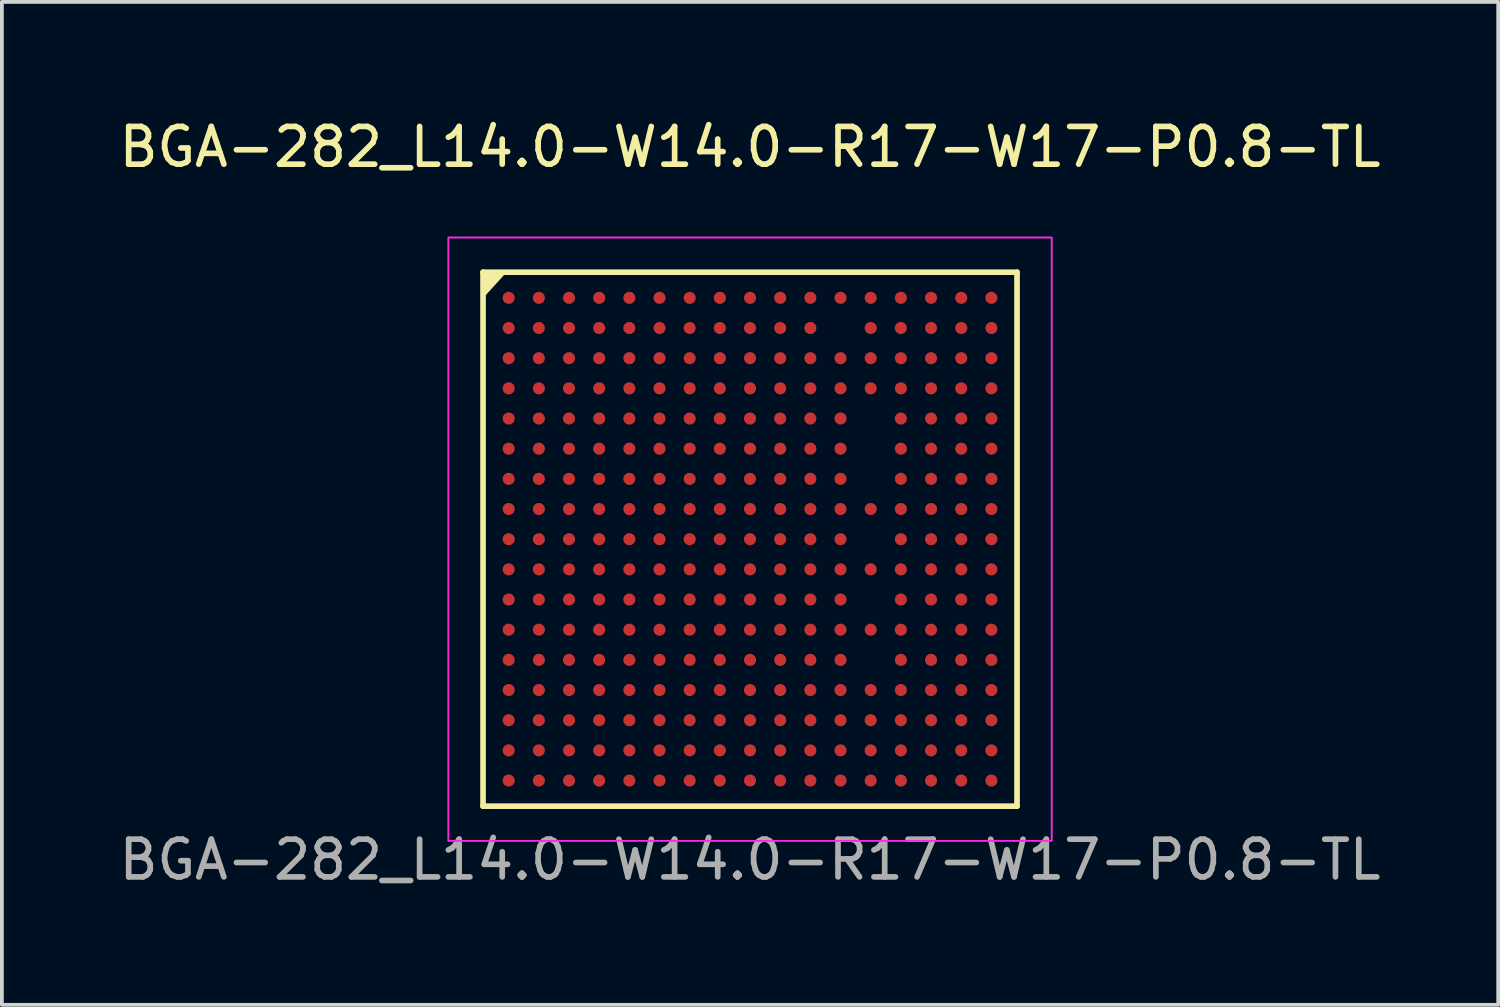
<source format=kicad_pcb>
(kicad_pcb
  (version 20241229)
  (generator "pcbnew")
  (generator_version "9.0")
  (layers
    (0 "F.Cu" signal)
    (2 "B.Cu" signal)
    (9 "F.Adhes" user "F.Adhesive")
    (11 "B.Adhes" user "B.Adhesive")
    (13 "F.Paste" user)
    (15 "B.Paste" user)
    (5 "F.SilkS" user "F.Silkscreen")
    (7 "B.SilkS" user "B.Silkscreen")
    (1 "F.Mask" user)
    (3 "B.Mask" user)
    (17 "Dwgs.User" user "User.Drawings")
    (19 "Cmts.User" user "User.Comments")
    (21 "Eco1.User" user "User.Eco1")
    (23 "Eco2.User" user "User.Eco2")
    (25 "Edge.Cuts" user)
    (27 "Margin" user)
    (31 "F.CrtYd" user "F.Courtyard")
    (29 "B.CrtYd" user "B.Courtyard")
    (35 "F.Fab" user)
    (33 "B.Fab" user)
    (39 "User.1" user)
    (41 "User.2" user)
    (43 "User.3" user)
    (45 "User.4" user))
  (footprint "BGA-282_L14.0-W14.0-R17-W17-P0.8-TL"
    (layer "F.Cu")
    (at 16.839 11.248)
    (property "Reference" "BGA-282_L14.0-W14.0-R17-W17-P0.8-TL" (at 0 -10.4 0) (layer "F.SilkS") (effects (font (size 1 1) (thickness 0.15))))
    (attr smd)
    (fp_line (start -7.08 -7.08) (end 7.08 -7.08) (stroke (width 0.15) (type solid)) (layer "F.SilkS"))
    (fp_line (start -7.08 7.08) (end -7.08 -7.08) (stroke (width 0.15) (type solid)) (layer "F.SilkS"))
    (fp_line (start 7.08 -7.08) (end 7.08 7.08) (stroke (width 0.15) (type solid)) (layer "F.SilkS"))
    (fp_line (start 7.08 7.08) (end -7.08 7.08) (stroke (width 0.15) (type solid)) (layer "F.SilkS"))
    (fp_poly (pts (xy -7.05 -7.05) (xy -6.55 -7.05) (xy -7.05 -6.5)) (stroke (width 0.1) (type solid)) (fill yes) (layer "F.SilkS"))
    (fp_rect (start -8 -8) (end 8 8) (stroke (width 0.05) (type default)) (fill no) (layer "F.CrtYd"))
    (fp_text user "${REFERENCE}" (at 0 8.5 0) (layer "F.Fab") (effects (font (size 1 1) (thickness 0.15))))
    (pad "A1" smd circle (at -6.4 -6.4) (size 0.32 0.32) (layers "F.Cu" "F.Mask" "F.Paste"))
    (pad "A2" smd circle (at -5.6 -6.4) (size 0.32 0.32) (layers "F.Cu" "F.Mask" "F.Paste"))
    (pad "A3" smd circle (at -4.8 -6.4) (size 0.32 0.32) (layers "F.Cu" "F.Mask" "F.Paste"))
    (pad "A4" smd circle (at -4 -6.4) (size 0.32 0.32) (layers "F.Cu" "F.Mask" "F.Paste"))
    (pad "A5" smd circle (at -3.2 -6.4) (size 0.32 0.32) (layers "F.Cu" "F.Mask" "F.Paste"))
    (pad "A6" smd circle (at -2.4 -6.4) (size 0.32 0.32) (layers "F.Cu" "F.Mask" "F.Paste"))
    (pad "A7" smd circle (at -1.6 -6.4) (size 0.32 0.32) (layers "F.Cu" "F.Mask" "F.Paste"))
    (pad "A8" smd circle (at -0.8 -6.4) (size 0.32 0.32) (layers "F.Cu" "F.Mask" "F.Paste"))
    (pad "A9" smd circle (at 0 -6.4) (size 0.32 0.32) (layers "F.Cu" "F.Mask" "F.Paste"))
    (pad "A10" smd circle (at 0.8 -6.4) (size 0.32 0.32) (layers "F.Cu" "F.Mask" "F.Paste"))
    (pad "A11" smd circle (at 1.6 -6.4) (size 0.32 0.32) (layers "F.Cu" "F.Mask" "F.Paste"))
    (pad "A12" smd circle (at 2.4 -6.4) (size 0.32 0.32) (layers "F.Cu" "F.Mask" "F.Paste"))
    (pad "A13" smd circle (at 3.2 -6.4) (size 0.32 0.32) (layers "F.Cu" "F.Mask" "F.Paste"))
    (pad "A14" smd circle (at 4 -6.4) (size 0.32 0.32) (layers "F.Cu" "F.Mask" "F.Paste"))
    (pad "A15" smd circle (at 4.8 -6.4) (size 0.32 0.32) (layers "F.Cu" "F.Mask" "F.Paste"))
    (pad "A16" smd circle (at 5.6 -6.4) (size 0.32 0.32) (layers "F.Cu" "F.Mask" "F.Paste"))
    (pad "A17" smd circle (at 6.4 -6.4) (size 0.32 0.32) (layers "F.Cu" "F.Mask" "F.Paste"))
    (pad "B1" smd circle (at -6.4 -5.6) (size 0.32 0.32) (layers "F.Cu" "F.Mask" "F.Paste"))
    (pad "B2" smd circle (at -5.6 -5.6) (size 0.32 0.32) (layers "F.Cu" "F.Mask" "F.Paste"))
    (pad "B3" smd circle (at -4.8 -5.6) (size 0.32 0.32) (layers "F.Cu" "F.Mask" "F.Paste"))
    (pad "B4" smd circle (at -4 -5.6) (size 0.32 0.32) (layers "F.Cu" "F.Mask" "F.Paste"))
    (pad "B5" smd circle (at -3.2 -5.6) (size 0.32 0.32) (layers "F.Cu" "F.Mask" "F.Paste"))
    (pad "B6" smd circle (at -2.4 -5.6) (size 0.32 0.32) (layers "F.Cu" "F.Mask" "F.Paste"))
    (pad "B7" smd circle (at -1.6 -5.6) (size 0.32 0.32) (layers "F.Cu" "F.Mask" "F.Paste"))
    (pad "B8" smd circle (at -0.8 -5.6) (size 0.32 0.32) (layers "F.Cu" "F.Mask" "F.Paste"))
    (pad "B9" smd circle (at 0 -5.6) (size 0.32 0.32) (layers "F.Cu" "F.Mask" "F.Paste"))
    (pad "B10" smd circle (at 0.8 -5.6) (size 0.32 0.32) (layers "F.Cu" "F.Mask" "F.Paste"))
    (pad "B11" smd circle (at 1.6 -5.6) (size 0.32 0.32) (layers "F.Cu" "F.Mask" "F.Paste"))
    (pad "B13" smd circle (at 3.2 -5.6) (size 0.32 0.32) (layers "F.Cu" "F.Mask" "F.Paste"))
    (pad "B14" smd circle (at 4 -5.6) (size 0.32 0.32) (layers "F.Cu" "F.Mask" "F.Paste"))
    (pad "B15" smd circle (at 4.8 -5.6) (size 0.32 0.32) (layers "F.Cu" "F.Mask" "F.Paste"))
    (pad "B16" smd circle (at 5.6 -5.6) (size 0.32 0.32) (layers "F.Cu" "F.Mask" "F.Paste"))
    (pad "B17" smd circle (at 6.4 -5.6) (size 0.32 0.32) (layers "F.Cu" "F.Mask" "F.Paste"))
    (pad "C1" smd circle (at -6.4 -4.8) (size 0.32 0.32) (layers "F.Cu" "F.Mask" "F.Paste"))
    (pad "C2" smd circle (at -5.6 -4.8) (size 0.32 0.32) (layers "F.Cu" "F.Mask" "F.Paste"))
    (pad "C3" smd circle (at -4.8 -4.8) (size 0.32 0.32) (layers "F.Cu" "F.Mask" "F.Paste"))
    (pad "C4" smd circle (at -4 -4.8) (size 0.32 0.32) (layers "F.Cu" "F.Mask" "F.Paste"))
    (pad "C5" smd circle (at -3.2 -4.8) (size 0.32 0.32) (layers "F.Cu" "F.Mask" "F.Paste"))
    (pad "C6" smd circle (at -2.4 -4.8) (size 0.32 0.32) (layers "F.Cu" "F.Mask" "F.Paste"))
    (pad "C7" smd circle (at -1.6 -4.8) (size 0.32 0.32) (layers "F.Cu" "F.Mask" "F.Paste"))
    (pad "C8" smd circle (at -0.8 -4.8) (size 0.32 0.32) (layers "F.Cu" "F.Mask" "F.Paste"))
    (pad "C9" smd circle (at 0 -4.8) (size 0.32 0.32) (layers "F.Cu" "F.Mask" "F.Paste"))
    (pad "C10" smd circle (at 0.8 -4.8) (size 0.32 0.32) (layers "F.Cu" "F.Mask" "F.Paste"))
    (pad "C11" smd circle (at 1.6 -4.8) (size 0.32 0.32) (layers "F.Cu" "F.Mask" "F.Paste"))
    (pad "C12" smd circle (at 2.4 -4.8) (size 0.32 0.32) (layers "F.Cu" "F.Mask" "F.Paste"))
    (pad "C13" smd circle (at 3.2 -4.8) (size 0.32 0.32) (layers "F.Cu" "F.Mask" "F.Paste"))
    (pad "C14" smd circle (at 4 -4.8) (size 0.32 0.32) (layers "F.Cu" "F.Mask" "F.Paste"))
    (pad "C15" smd circle (at 4.8 -4.8) (size 0.32 0.32) (layers "F.Cu" "F.Mask" "F.Paste"))
    (pad "C16" smd circle (at 5.6 -4.8) (size 0.32 0.32) (layers "F.Cu" "F.Mask" "F.Paste"))
    (pad "C17" smd circle (at 6.4 -4.8) (size 0.32 0.32) (layers "F.Cu" "F.Mask" "F.Paste"))
    (pad "D1" smd circle (at -6.4 -4) (size 0.32 0.32) (layers "F.Cu" "F.Mask" "F.Paste"))
    (pad "D2" smd circle (at -5.6 -4) (size 0.32 0.32) (layers "F.Cu" "F.Mask" "F.Paste"))
    (pad "D3" smd circle (at -4.8 -4) (size 0.32 0.32) (layers "F.Cu" "F.Mask" "F.Paste"))
    (pad "D4" smd circle (at -4 -4) (size 0.32 0.32) (layers "F.Cu" "F.Mask" "F.Paste"))
    (pad "D5" smd circle (at -3.2 -4) (size 0.32 0.32) (layers "F.Cu" "F.Mask" "F.Paste"))
    (pad "D6" smd circle (at -2.4 -4) (size 0.32 0.32) (layers "F.Cu" "F.Mask" "F.Paste"))
    (pad "D7" smd circle (at -1.6 -4) (size 0.32 0.32) (layers "F.Cu" "F.Mask" "F.Paste"))
    (pad "D8" smd circle (at -0.8 -4) (size 0.32 0.32) (layers "F.Cu" "F.Mask" "F.Paste"))
    (pad "D9" smd circle (at 0 -4) (size 0.32 0.32) (layers "F.Cu" "F.Mask" "F.Paste"))
    (pad "D10" smd circle (at 0.8 -4) (size 0.32 0.32) (layers "F.Cu" "F.Mask" "F.Paste"))
    (pad "D11" smd circle (at 1.6 -4) (size 0.32 0.32) (layers "F.Cu" "F.Mask" "F.Paste"))
    (pad "D12" smd circle (at 2.4 -4) (size 0.32 0.32) (layers "F.Cu" "F.Mask" "F.Paste"))
    (pad "D13" smd circle (at 3.2 -4) (size 0.32 0.32) (layers "F.Cu" "F.Mask" "F.Paste"))
    (pad "D14" smd circle (at 4 -4) (size 0.32 0.32) (layers "F.Cu" "F.Mask" "F.Paste"))
    (pad "D15" smd circle (at 4.8 -4) (size 0.32 0.32) (layers "F.Cu" "F.Mask" "F.Paste"))
    (pad "D16" smd circle (at 5.6 -4) (size 0.32 0.32) (layers "F.Cu" "F.Mask" "F.Paste"))
    (pad "D17" smd circle (at 6.4 -4) (size 0.32 0.32) (layers "F.Cu" "F.Mask" "F.Paste"))
    (pad "E1" smd circle (at -6.4 -3.2) (size 0.32 0.32) (layers "F.Cu" "F.Mask" "F.Paste"))
    (pad "E2" smd circle (at -5.6 -3.2) (size 0.32 0.32) (layers "F.Cu" "F.Mask" "F.Paste"))
    (pad "E3" smd circle (at -4.8 -3.2) (size 0.32 0.32) (layers "F.Cu" "F.Mask" "F.Paste"))
    (pad "E4" smd circle (at -4 -3.2) (size 0.32 0.32) (layers "F.Cu" "F.Mask" "F.Paste"))
    (pad "E5" smd circle (at -3.2 -3.2) (size 0.32 0.32) (layers "F.Cu" "F.Mask" "F.Paste"))
    (pad "E6" smd circle (at -2.4 -3.2) (size 0.32 0.32) (layers "F.Cu" "F.Mask" "F.Paste"))
    (pad "E7" smd circle (at -1.6 -3.2) (size 0.32 0.32) (layers "F.Cu" "F.Mask" "F.Paste"))
    (pad "E8" smd circle (at -0.8 -3.2) (size 0.32 0.32) (layers "F.Cu" "F.Mask" "F.Paste"))
    (pad "E9" smd circle (at 0 -3.2) (size 0.32 0.32) (layers "F.Cu" "F.Mask" "F.Paste"))
    (pad "E10" smd circle (at 0.8 -3.2) (size 0.32 0.32) (layers "F.Cu" "F.Mask" "F.Paste"))
    (pad "E11" smd circle (at 1.6 -3.2) (size 0.32 0.32) (layers "F.Cu" "F.Mask" "F.Paste"))
    (pad "E12" smd circle (at 2.4 -3.2) (size 0.32 0.32) (layers "F.Cu" "F.Mask" "F.Paste"))
    (pad "E14" smd circle (at 4 -3.2) (size 0.32 0.32) (layers "F.Cu" "F.Mask" "F.Paste"))
    (pad "E15" smd circle (at 4.8 -3.2) (size 0.32 0.32) (layers "F.Cu" "F.Mask" "F.Paste"))
    (pad "E16" smd circle (at 5.6 -3.2) (size 0.32 0.32) (layers "F.Cu" "F.Mask" "F.Paste"))
    (pad "E17" smd circle (at 6.4 -3.2) (size 0.32 0.32) (layers "F.Cu" "F.Mask" "F.Paste"))
    (pad "F1" smd circle (at -6.4 -2.4) (size 0.32 0.32) (layers "F.Cu" "F.Mask" "F.Paste"))
    (pad "F2" smd circle (at -5.6 -2.4) (size 0.32 0.32) (layers "F.Cu" "F.Mask" "F.Paste"))
    (pad "F3" smd circle (at -4.8 -2.4) (size 0.32 0.32) (layers "F.Cu" "F.Mask" "F.Paste"))
    (pad "F4" smd circle (at -4 -2.4) (size 0.32 0.32) (layers "F.Cu" "F.Mask" "F.Paste"))
    (pad "F5" smd circle (at -3.2 -2.4) (size 0.32 0.32) (layers "F.Cu" "F.Mask" "F.Paste"))
    (pad "F6" smd circle (at -2.4 -2.4) (size 0.32 0.32) (layers "F.Cu" "F.Mask" "F.Paste"))
    (pad "F7" smd circle (at -1.6 -2.4) (size 0.32 0.32) (layers "F.Cu" "F.Mask" "F.Paste"))
    (pad "F8" smd circle (at -0.8 -2.4) (size 0.32 0.32) (layers "F.Cu" "F.Mask" "F.Paste"))
    (pad "F9" smd circle (at 0 -2.4) (size 0.32 0.32) (layers "F.Cu" "F.Mask" "F.Paste"))
    (pad "F10" smd circle (at 0.8 -2.4) (size 0.32 0.32) (layers "F.Cu" "F.Mask" "F.Paste"))
    (pad "F11" smd circle (at 1.6 -2.4) (size 0.32 0.32) (layers "F.Cu" "F.Mask" "F.Paste"))
    (pad "F12" smd circle (at 2.4 -2.4) (size 0.32 0.32) (layers "F.Cu" "F.Mask" "F.Paste"))
    (pad "F14" smd circle (at 4 -2.4) (size 0.32 0.32) (layers "F.Cu" "F.Mask" "F.Paste"))
    (pad "F15" smd circle (at 4.8 -2.4) (size 0.32 0.32) (layers "F.Cu" "F.Mask" "F.Paste"))
    (pad "F16" smd circle (at 5.6 -2.4) (size 0.32 0.32) (layers "F.Cu" "F.Mask" "F.Paste"))
    (pad "F17" smd circle (at 6.4 -2.4) (size 0.32 0.32) (layers "F.Cu" "F.Mask" "F.Paste"))
    (pad "G1" smd circle (at -6.4 -1.6) (size 0.32 0.32) (layers "F.Cu" "F.Mask" "F.Paste"))
    (pad "G2" smd circle (at -5.6 -1.6) (size 0.32 0.32) (layers "F.Cu" "F.Mask" "F.Paste"))
    (pad "G3" smd circle (at -4.8 -1.6) (size 0.32 0.32) (layers "F.Cu" "F.Mask" "F.Paste"))
    (pad "G4" smd circle (at -4 -1.6) (size 0.32 0.32) (layers "F.Cu" "F.Mask" "F.Paste"))
    (pad "G5" smd circle (at -3.2 -1.6) (size 0.32 0.32) (layers "F.Cu" "F.Mask" "F.Paste"))
    (pad "G6" smd circle (at -2.4 -1.6) (size 0.32 0.32) (layers "F.Cu" "F.Mask" "F.Paste"))
    (pad "G7" smd circle (at -1.6 -1.6) (size 0.32 0.32) (layers "F.Cu" "F.Mask" "F.Paste"))
    (pad "G8" smd circle (at -0.8 -1.6) (size 0.32 0.32) (layers "F.Cu" "F.Mask" "F.Paste"))
    (pad "G9" smd circle (at 0 -1.6) (size 0.32 0.32) (layers "F.Cu" "F.Mask" "F.Paste"))
    (pad "G10" smd circle (at 0.8 -1.6) (size 0.32 0.32) (layers "F.Cu" "F.Mask" "F.Paste"))
    (pad "G11" smd circle (at 1.6 -1.6) (size 0.32 0.32) (layers "F.Cu" "F.Mask" "F.Paste"))
    (pad "G12" smd circle (at 2.4 -1.6) (size 0.32 0.32) (layers "F.Cu" "F.Mask" "F.Paste"))
    (pad "G14" smd circle (at 4 -1.6) (size 0.32 0.32) (layers "F.Cu" "F.Mask" "F.Paste"))
    (pad "G15" smd circle (at 4.8 -1.6) (size 0.32 0.32) (layers "F.Cu" "F.Mask" "F.Paste"))
    (pad "G16" smd circle (at 5.6 -1.6) (size 0.32 0.32) (layers "F.Cu" "F.Mask" "F.Paste"))
    (pad "G17" smd circle (at 6.4 -1.6) (size 0.32 0.32) (layers "F.Cu" "F.Mask" "F.Paste"))
    (pad "H1" smd circle (at -6.4 -0.8) (size 0.32 0.32) (layers "F.Cu" "F.Mask" "F.Paste"))
    (pad "H2" smd circle (at -5.6 -0.8) (size 0.32 0.32) (layers "F.Cu" "F.Mask" "F.Paste"))
    (pad "H3" smd circle (at -4.8 -0.8) (size 0.32 0.32) (layers "F.Cu" "F.Mask" "F.Paste"))
    (pad "H4" smd circle (at -4 -0.8) (size 0.32 0.32) (layers "F.Cu" "F.Mask" "F.Paste"))
    (pad "H5" smd circle (at -3.2 -0.8) (size 0.32 0.32) (layers "F.Cu" "F.Mask" "F.Paste"))
    (pad "H6" smd circle (at -2.4 -0.8) (size 0.32 0.32) (layers "F.Cu" "F.Mask" "F.Paste"))
    (pad "H7" smd circle (at -1.6 -0.8) (size 0.32 0.32) (layers "F.Cu" "F.Mask" "F.Paste"))
    (pad "H8" smd circle (at -0.8 -0.8) (size 0.32 0.32) (layers "F.Cu" "F.Mask" "F.Paste"))
    (pad "H9" smd circle (at 0 -0.8) (size 0.32 0.32) (layers "F.Cu" "F.Mask" "F.Paste"))
    (pad "H10" smd circle (at 0.8 -0.8) (size 0.32 0.32) (layers "F.Cu" "F.Mask" "F.Paste"))
    (pad "H11" smd circle (at 1.6 -0.8) (size 0.32 0.32) (layers "F.Cu" "F.Mask" "F.Paste"))
    (pad "H12" smd circle (at 2.4 -0.8) (size 0.32 0.32) (layers "F.Cu" "F.Mask" "F.Paste"))
    (pad "H13" smd circle (at 3.2 -0.8) (size 0.32 0.32) (layers "F.Cu" "F.Mask" "F.Paste"))
    (pad "H14" smd circle (at 4 -0.8) (size 0.32 0.32) (layers "F.Cu" "F.Mask" "F.Paste"))
    (pad "H15" smd circle (at 4.8 -0.8) (size 0.32 0.32) (layers "F.Cu" "F.Mask" "F.Paste"))
    (pad "H16" smd circle (at 5.6 -0.8) (size 0.32 0.32) (layers "F.Cu" "F.Mask" "F.Paste"))
    (pad "H17" smd circle (at 6.4 -0.8) (size 0.32 0.32) (layers "F.Cu" "F.Mask" "F.Paste"))
    (pad "J1" smd circle (at -6.4 0) (size 0.32 0.32) (layers "F.Cu" "F.Mask" "F.Paste"))
    (pad "J2" smd circle (at -5.6 0) (size 0.32 0.32) (layers "F.Cu" "F.Mask" "F.Paste"))
    (pad "J3" smd circle (at -4.8 0) (size 0.32 0.32) (layers "F.Cu" "F.Mask" "F.Paste"))
    (pad "J4" smd circle (at -4 0) (size 0.32 0.32) (layers "F.Cu" "F.Mask" "F.Paste"))
    (pad "J5" smd circle (at -3.2 0) (size 0.32 0.32) (layers "F.Cu" "F.Mask" "F.Paste"))
    (pad "J6" smd circle (at -2.4 0) (size 0.32 0.32) (layers "F.Cu" "F.Mask" "F.Paste"))
    (pad "J7" smd circle (at -1.6 0) (size 0.32 0.32) (layers "F.Cu" "F.Mask" "F.Paste"))
    (pad "J8" smd circle (at -0.8 0) (size 0.32 0.32) (layers "F.Cu" "F.Mask" "F.Paste"))
    (pad "J9" smd circle (at 0 0) (size 0.32 0.32) (layers "F.Cu" "F.Mask" "F.Paste"))
    (pad "J10" smd circle (at 0.8 0) (size 0.32 0.32) (layers "F.Cu" "F.Mask" "F.Paste"))
    (pad "J11" smd circle (at 1.6 0) (size 0.32 0.32) (layers "F.Cu" "F.Mask" "F.Paste"))
    (pad "J12" smd circle (at 2.4 0) (size 0.32 0.32) (layers "F.Cu" "F.Mask" "F.Paste"))
    (pad "J14" smd circle (at 4 0) (size 0.32 0.32) (layers "F.Cu" "F.Mask" "F.Paste"))
    (pad "J15" smd circle (at 4.8 0) (size 0.32 0.32) (layers "F.Cu" "F.Mask" "F.Paste"))
    (pad "J16" smd circle (at 5.6 0) (size 0.32 0.32) (layers "F.Cu" "F.Mask" "F.Paste"))
    (pad "J17" smd circle (at 6.4 0) (size 0.32 0.32) (layers "F.Cu" "F.Mask" "F.Paste"))
    (pad "K1" smd circle (at -6.4 0.8) (size 0.32 0.32) (layers "F.Cu" "F.Mask" "F.Paste"))
    (pad "K2" smd circle (at -5.6 0.8) (size 0.32 0.32) (layers "F.Cu" "F.Mask" "F.Paste"))
    (pad "K3" smd circle (at -4.8 0.8) (size 0.32 0.32) (layers "F.Cu" "F.Mask" "F.Paste"))
    (pad "K4" smd circle (at -4 0.8) (size 0.32 0.32) (layers "F.Cu" "F.Mask" "F.Paste"))
    (pad "K5" smd circle (at -3.2 0.8) (size 0.32 0.32) (layers "F.Cu" "F.Mask" "F.Paste"))
    (pad "K6" smd circle (at -2.4 0.8) (size 0.32 0.32) (layers "F.Cu" "F.Mask" "F.Paste"))
    (pad "K7" smd circle (at -1.6 0.8) (size 0.32 0.32) (layers "F.Cu" "F.Mask" "F.Paste"))
    (pad "K8" smd circle (at -0.8 0.8) (size 0.32 0.32) (layers "F.Cu" "F.Mask" "F.Paste"))
    (pad "K9" smd circle (at 0 0.8) (size 0.32 0.32) (layers "F.Cu" "F.Mask" "F.Paste"))
    (pad "K10" smd circle (at 0.8 0.8) (size 0.32 0.32) (layers "F.Cu" "F.Mask" "F.Paste"))
    (pad "K11" smd circle (at 1.6 0.8) (size 0.32 0.32) (layers "F.Cu" "F.Mask" "F.Paste"))
    (pad "K12" smd circle (at 2.4 0.8) (size 0.32 0.32) (layers "F.Cu" "F.Mask" "F.Paste"))
    (pad "K13" smd circle (at 3.2 0.8) (size 0.32 0.32) (layers "F.Cu" "F.Mask" "F.Paste"))
    (pad "K14" smd circle (at 4 0.8) (size 0.32 0.32) (layers "F.Cu" "F.Mask" "F.Paste"))
    (pad "K15" smd circle (at 4.8 0.8) (size 0.32 0.32) (layers "F.Cu" "F.Mask" "F.Paste"))
    (pad "K16" smd circle (at 5.6 0.8) (size 0.32 0.32) (layers "F.Cu" "F.Mask" "F.Paste"))
    (pad "K17" smd circle (at 6.4 0.8) (size 0.32 0.32) (layers "F.Cu" "F.Mask" "F.Paste"))
    (pad "L1" smd circle (at -6.4 1.6) (size 0.32 0.32) (layers "F.Cu" "F.Mask" "F.Paste"))
    (pad "L2" smd circle (at -5.6 1.6) (size 0.32 0.32) (layers "F.Cu" "F.Mask" "F.Paste"))
    (pad "L3" smd circle (at -4.8 1.6) (size 0.32 0.32) (layers "F.Cu" "F.Mask" "F.Paste"))
    (pad "L4" smd circle (at -4 1.6) (size 0.32 0.32) (layers "F.Cu" "F.Mask" "F.Paste"))
    (pad "L5" smd circle (at -3.2 1.6) (size 0.32 0.32) (layers "F.Cu" "F.Mask" "F.Paste"))
    (pad "L6" smd circle (at -2.4 1.6) (size 0.32 0.32) (layers "F.Cu" "F.Mask" "F.Paste"))
    (pad "L7" smd circle (at -1.6 1.6) (size 0.32 0.32) (layers "F.Cu" "F.Mask" "F.Paste"))
    (pad "L8" smd circle (at -0.8 1.6) (size 0.32 0.32) (layers "F.Cu" "F.Mask" "F.Paste"))
    (pad "L9" smd circle (at 0 1.6) (size 0.32 0.32) (layers "F.Cu" "F.Mask" "F.Paste"))
    (pad "L10" smd circle (at 0.8 1.6) (size 0.32 0.32) (layers "F.Cu" "F.Mask" "F.Paste"))
    (pad "L11" smd circle (at 1.6 1.6) (size 0.32 0.32) (layers "F.Cu" "F.Mask" "F.Paste"))
    (pad "L12" smd circle (at 2.4 1.6) (size 0.32 0.32) (layers "F.Cu" "F.Mask" "F.Paste"))
    (pad "L14" smd circle (at 4 1.6) (size 0.32 0.32) (layers "F.Cu" "F.Mask" "F.Paste"))
    (pad "L15" smd circle (at 4.8 1.6) (size 0.32 0.32) (layers "F.Cu" "F.Mask" "F.Paste"))
    (pad "L16" smd circle (at 5.6 1.6) (size 0.32 0.32) (layers "F.Cu" "F.Mask" "F.Paste"))
    (pad "L17" smd circle (at 6.4 1.6) (size 0.32 0.32) (layers "F.Cu" "F.Mask" "F.Paste"))
    (pad "M1" smd circle (at -6.4 2.4) (size 0.32 0.32) (layers "F.Cu" "F.Mask" "F.Paste"))
    (pad "M2" smd circle (at -5.6 2.4) (size 0.32 0.32) (layers "F.Cu" "F.Mask" "F.Paste"))
    (pad "M3" smd circle (at -4.8 2.4) (size 0.32 0.32) (layers "F.Cu" "F.Mask" "F.Paste"))
    (pad "M4" smd circle (at -4 2.4) (size 0.32 0.32) (layers "F.Cu" "F.Mask" "F.Paste"))
    (pad "M5" smd circle (at -3.2 2.4) (size 0.32 0.32) (layers "F.Cu" "F.Mask" "F.Paste"))
    (pad "M6" smd circle (at -2.4 2.4) (size 0.32 0.32) (layers "F.Cu" "F.Mask" "F.Paste"))
    (pad "M7" smd circle (at -1.6 2.4) (size 0.32 0.32) (layers "F.Cu" "F.Mask" "F.Paste"))
    (pad "M8" smd circle (at -0.8 2.4) (size 0.32 0.32) (layers "F.Cu" "F.Mask" "F.Paste"))
    (pad "M9" smd circle (at 0 2.4) (size 0.32 0.32) (layers "F.Cu" "F.Mask" "F.Paste"))
    (pad "M10" smd circle (at 0.8 2.4) (size 0.32 0.32) (layers "F.Cu" "F.Mask" "F.Paste"))
    (pad "M11" smd circle (at 1.6 2.4) (size 0.32 0.32) (layers "F.Cu" "F.Mask" "F.Paste"))
    (pad "M12" smd circle (at 2.4 2.4) (size 0.32 0.32) (layers "F.Cu" "F.Mask" "F.Paste"))
    (pad "M13" smd circle (at 3.2 2.4) (size 0.32 0.32) (layers "F.Cu" "F.Mask" "F.Paste"))
    (pad "M14" smd circle (at 4 2.4) (size 0.32 0.32) (layers "F.Cu" "F.Mask" "F.Paste"))
    (pad "M15" smd circle (at 4.8 2.4) (size 0.32 0.32) (layers "F.Cu" "F.Mask" "F.Paste"))
    (pad "M16" smd circle (at 5.6 2.4) (size 0.32 0.32) (layers "F.Cu" "F.Mask" "F.Paste"))
    (pad "M17" smd circle (at 6.4 2.4) (size 0.32 0.32) (layers "F.Cu" "F.Mask" "F.Paste"))
    (pad "N1" smd circle (at -6.4 3.2) (size 0.32 0.32) (layers "F.Cu" "F.Mask" "F.Paste"))
    (pad "N2" smd circle (at -5.6 3.2) (size 0.32 0.32) (layers "F.Cu" "F.Mask" "F.Paste"))
    (pad "N3" smd circle (at -4.8 3.2) (size 0.32 0.32) (layers "F.Cu" "F.Mask" "F.Paste"))
    (pad "N4" smd circle (at -4 3.2) (size 0.32 0.32) (layers "F.Cu" "F.Mask" "F.Paste"))
    (pad "N5" smd circle (at -3.2 3.2) (size 0.32 0.32) (layers "F.Cu" "F.Mask" "F.Paste"))
    (pad "N6" smd circle (at -2.4 3.2) (size 0.32 0.32) (layers "F.Cu" "F.Mask" "F.Paste"))
    (pad "N7" smd circle (at -1.6 3.2) (size 0.32 0.32) (layers "F.Cu" "F.Mask" "F.Paste"))
    (pad "N8" smd circle (at -0.8 3.2) (size 0.32 0.32) (layers "F.Cu" "F.Mask" "F.Paste"))
    (pad "N9" smd circle (at 0 3.2) (size 0.32 0.32) (layers "F.Cu" "F.Mask" "F.Paste"))
    (pad "N10" smd circle (at 0.8 3.2) (size 0.32 0.32) (layers "F.Cu" "F.Mask" "F.Paste"))
    (pad "N11" smd circle (at 1.6 3.2) (size 0.32 0.32) (layers "F.Cu" "F.Mask" "F.Paste"))
    (pad "N12" smd circle (at 2.4 3.2) (size 0.32 0.32) (layers "F.Cu" "F.Mask" "F.Paste"))
    (pad "N14" smd circle (at 4 3.2) (size 0.32 0.32) (layers "F.Cu" "F.Mask" "F.Paste"))
    (pad "N15" smd circle (at 4.8 3.2) (size 0.32 0.32) (layers "F.Cu" "F.Mask" "F.Paste"))
    (pad "N16" smd circle (at 5.6 3.2) (size 0.32 0.32) (layers "F.Cu" "F.Mask" "F.Paste"))
    (pad "N17" smd circle (at 6.4 3.2) (size 0.32 0.32) (layers "F.Cu" "F.Mask" "F.Paste"))
    (pad "P1" smd circle (at -6.4 4) (size 0.32 0.32) (layers "F.Cu" "F.Mask" "F.Paste"))
    (pad "P2" smd circle (at -5.6 4) (size 0.32 0.32) (layers "F.Cu" "F.Mask" "F.Paste"))
    (pad "P3" smd circle (at -4.8 4) (size 0.32 0.32) (layers "F.Cu" "F.Mask" "F.Paste"))
    (pad "P4" smd circle (at -4 4) (size 0.32 0.32) (layers "F.Cu" "F.Mask" "F.Paste"))
    (pad "P5" smd circle (at -3.2 4) (size 0.32 0.32) (layers "F.Cu" "F.Mask" "F.Paste"))
    (pad "P6" smd circle (at -2.4 4) (size 0.32 0.32) (layers "F.Cu" "F.Mask" "F.Paste"))
    (pad "P7" smd circle (at -1.6 4) (size 0.32 0.32) (layers "F.Cu" "F.Mask" "F.Paste"))
    (pad "P8" smd circle (at -0.8 4) (size 0.32 0.32) (layers "F.Cu" "F.Mask" "F.Paste"))
    (pad "P9" smd circle (at 0 4) (size 0.32 0.32) (layers "F.Cu" "F.Mask" "F.Paste"))
    (pad "P10" smd circle (at 0.8 4) (size 0.32 0.32) (layers "F.Cu" "F.Mask" "F.Paste"))
    (pad "P11" smd circle (at 1.6 4) (size 0.32 0.32) (layers "F.Cu" "F.Mask" "F.Paste"))
    (pad "P12" smd circle (at 2.4 4) (size 0.32 0.32) (layers "F.Cu" "F.Mask" "F.Paste"))
    (pad "P13" smd circle (at 3.2 4) (size 0.32 0.32) (layers "F.Cu" "F.Mask" "F.Paste"))
    (pad "P14" smd circle (at 4 4) (size 0.32 0.32) (layers "F.Cu" "F.Mask" "F.Paste"))
    (pad "P15" smd circle (at 4.8 4) (size 0.32 0.32) (layers "F.Cu" "F.Mask" "F.Paste"))
    (pad "P16" smd circle (at 5.6 4) (size 0.32 0.32) (layers "F.Cu" "F.Mask" "F.Paste"))
    (pad "P17" smd circle (at 6.4 4) (size 0.32 0.32) (layers "F.Cu" "F.Mask" "F.Paste"))
    (pad "R1" smd circle (at -6.4 4.8) (size 0.32 0.32) (layers "F.Cu" "F.Mask" "F.Paste"))
    (pad "R2" smd circle (at -5.6 4.8) (size 0.32 0.32) (layers "F.Cu" "F.Mask" "F.Paste"))
    (pad "R3" smd circle (at -4.8 4.8) (size 0.32 0.32) (layers "F.Cu" "F.Mask" "F.Paste"))
    (pad "R4" smd circle (at -4 4.8) (size 0.32 0.32) (layers "F.Cu" "F.Mask" "F.Paste"))
    (pad "R5" smd circle (at -3.2 4.8) (size 0.32 0.32) (layers "F.Cu" "F.Mask" "F.Paste"))
    (pad "R6" smd circle (at -2.4 4.8) (size 0.32 0.32) (layers "F.Cu" "F.Mask" "F.Paste"))
    (pad "R7" smd circle (at -1.6 4.8) (size 0.32 0.32) (layers "F.Cu" "F.Mask" "F.Paste"))
    (pad "R8" smd circle (at -0.8 4.8) (size 0.32 0.32) (layers "F.Cu" "F.Mask" "F.Paste"))
    (pad "R9" smd circle (at 0 4.8) (size 0.32 0.32) (layers "F.Cu" "F.Mask" "F.Paste"))
    (pad "R10" smd circle (at 0.8 4.8) (size 0.32 0.32) (layers "F.Cu" "F.Mask" "F.Paste"))
    (pad "R11" smd circle (at 1.6 4.8) (size 0.32 0.32) (layers "F.Cu" "F.Mask" "F.Paste"))
    (pad "R12" smd circle (at 2.4 4.8) (size 0.32 0.32) (layers "F.Cu" "F.Mask" "F.Paste"))
    (pad "R13" smd circle (at 3.2 4.8) (size 0.32 0.32) (layers "F.Cu" "F.Mask" "F.Paste"))
    (pad "R14" smd circle (at 4 4.8) (size 0.32 0.32) (layers "F.Cu" "F.Mask" "F.Paste"))
    (pad "R15" smd circle (at 4.8 4.8) (size 0.32 0.32) (layers "F.Cu" "F.Mask" "F.Paste"))
    (pad "R16" smd circle (at 5.6 4.8) (size 0.32 0.32) (layers "F.Cu" "F.Mask" "F.Paste"))
    (pad "R17" smd circle (at 6.4 4.8) (size 0.32 0.32) (layers "F.Cu" "F.Mask" "F.Paste"))
    (pad "T1" smd circle (at -6.4 5.6) (size 0.32 0.32) (layers "F.Cu" "F.Mask" "F.Paste"))
    (pad "T2" smd circle (at -5.6 5.6) (size 0.32 0.32) (layers "F.Cu" "F.Mask" "F.Paste"))
    (pad "T3" smd circle (at -4.8 5.6) (size 0.32 0.32) (layers "F.Cu" "F.Mask" "F.Paste"))
    (pad "T4" smd circle (at -4 5.6) (size 0.32 0.32) (layers "F.Cu" "F.Mask" "F.Paste"))
    (pad "T5" smd circle (at -3.2 5.6) (size 0.32 0.32) (layers "F.Cu" "F.Mask" "F.Paste"))
    (pad "T6" smd circle (at -2.4 5.6) (size 0.32 0.32) (layers "F.Cu" "F.Mask" "F.Paste"))
    (pad "T7" smd circle (at -1.6 5.6) (size 0.32 0.32) (layers "F.Cu" "F.Mask" "F.Paste"))
    (pad "T8" smd circle (at -0.8 5.6) (size 0.32 0.32) (layers "F.Cu" "F.Mask" "F.Paste"))
    (pad "T9" smd circle (at 0 5.6) (size 0.32 0.32) (layers "F.Cu" "F.Mask" "F.Paste"))
    (pad "T10" smd circle (at 0.8 5.6) (size 0.32 0.32) (layers "F.Cu" "F.Mask" "F.Paste"))
    (pad "T11" smd circle (at 1.6 5.6) (size 0.32 0.32) (layers "F.Cu" "F.Mask" "F.Paste"))
    (pad "T12" smd circle (at 2.4 5.6) (size 0.32 0.32) (layers "F.Cu" "F.Mask" "F.Paste"))
    (pad "T13" smd circle (at 3.2 5.6) (size 0.32 0.32) (layers "F.Cu" "F.Mask" "F.Paste"))
    (pad "T14" smd circle (at 4 5.6) (size 0.32 0.32) (layers "F.Cu" "F.Mask" "F.Paste"))
    (pad "T15" smd circle (at 4.8 5.6) (size 0.32 0.32) (layers "F.Cu" "F.Mask" "F.Paste"))
    (pad "T16" smd circle (at 5.6 5.6) (size 0.32 0.32) (layers "F.Cu" "F.Mask" "F.Paste"))
    (pad "T17" smd circle (at 6.4 5.6) (size 0.32 0.32) (layers "F.Cu" "F.Mask" "F.Paste"))
    (pad "U1" smd circle (at -6.4 6.4) (size 0.32 0.32) (layers "F.Cu" "F.Mask" "F.Paste"))
    (pad "U2" smd circle (at -5.6 6.4) (size 0.32 0.32) (layers "F.Cu" "F.Mask" "F.Paste"))
    (pad "U3" smd circle (at -4.8 6.4) (size 0.32 0.32) (layers "F.Cu" "F.Mask" "F.Paste"))
    (pad "U4" smd circle (at -4 6.4) (size 0.32 0.32) (layers "F.Cu" "F.Mask" "F.Paste"))
    (pad "U5" smd circle (at -3.2 6.4) (size 0.32 0.32) (layers "F.Cu" "F.Mask" "F.Paste"))
    (pad "U6" smd circle (at -2.4 6.4) (size 0.32 0.32) (layers "F.Cu" "F.Mask" "F.Paste"))
    (pad "U7" smd circle (at -1.6 6.4) (size 0.32 0.32) (layers "F.Cu" "F.Mask" "F.Paste"))
    (pad "U8" smd circle (at -0.8 6.4) (size 0.32 0.32) (layers "F.Cu" "F.Mask" "F.Paste"))
    (pad "U9" smd circle (at 0 6.4) (size 0.32 0.32) (layers "F.Cu" "F.Mask" "F.Paste"))
    (pad "U10" smd circle (at 0.8 6.4) (size 0.32 0.32) (layers "F.Cu" "F.Mask" "F.Paste"))
    (pad "U11" smd circle (at 1.6 6.4) (size 0.32 0.32) (layers "F.Cu" "F.Mask" "F.Paste"))
    (pad "U12" smd circle (at 2.4 6.4) (size 0.32 0.32) (layers "F.Cu" "F.Mask" "F.Paste"))
    (pad "U13" smd circle (at 3.2 6.4) (size 0.32 0.32) (layers "F.Cu" "F.Mask" "F.Paste"))
    (pad "U14" smd circle (at 4 6.4) (size 0.32 0.32) (layers "F.Cu" "F.Mask" "F.Paste"))
    (pad "U15" smd circle (at 4.8 6.4) (size 0.32 0.32) (layers "F.Cu" "F.Mask" "F.Paste"))
    (pad "U16" smd circle (at 5.6 6.4) (size 0.32 0.32) (layers "F.Cu" "F.Mask" "F.Paste"))
    (pad "U17" smd circle (at 6.4 6.4) (size 0.32 0.32) (layers "F.Cu" "F.Mask" "F.Paste")))
  (gr_rect
    (start -3 -3)
    (end 36.679 23.596)
    (stroke (width 0.1) (type default))
    (fill no)
    (layer "Edge.Cuts")))
</source>
